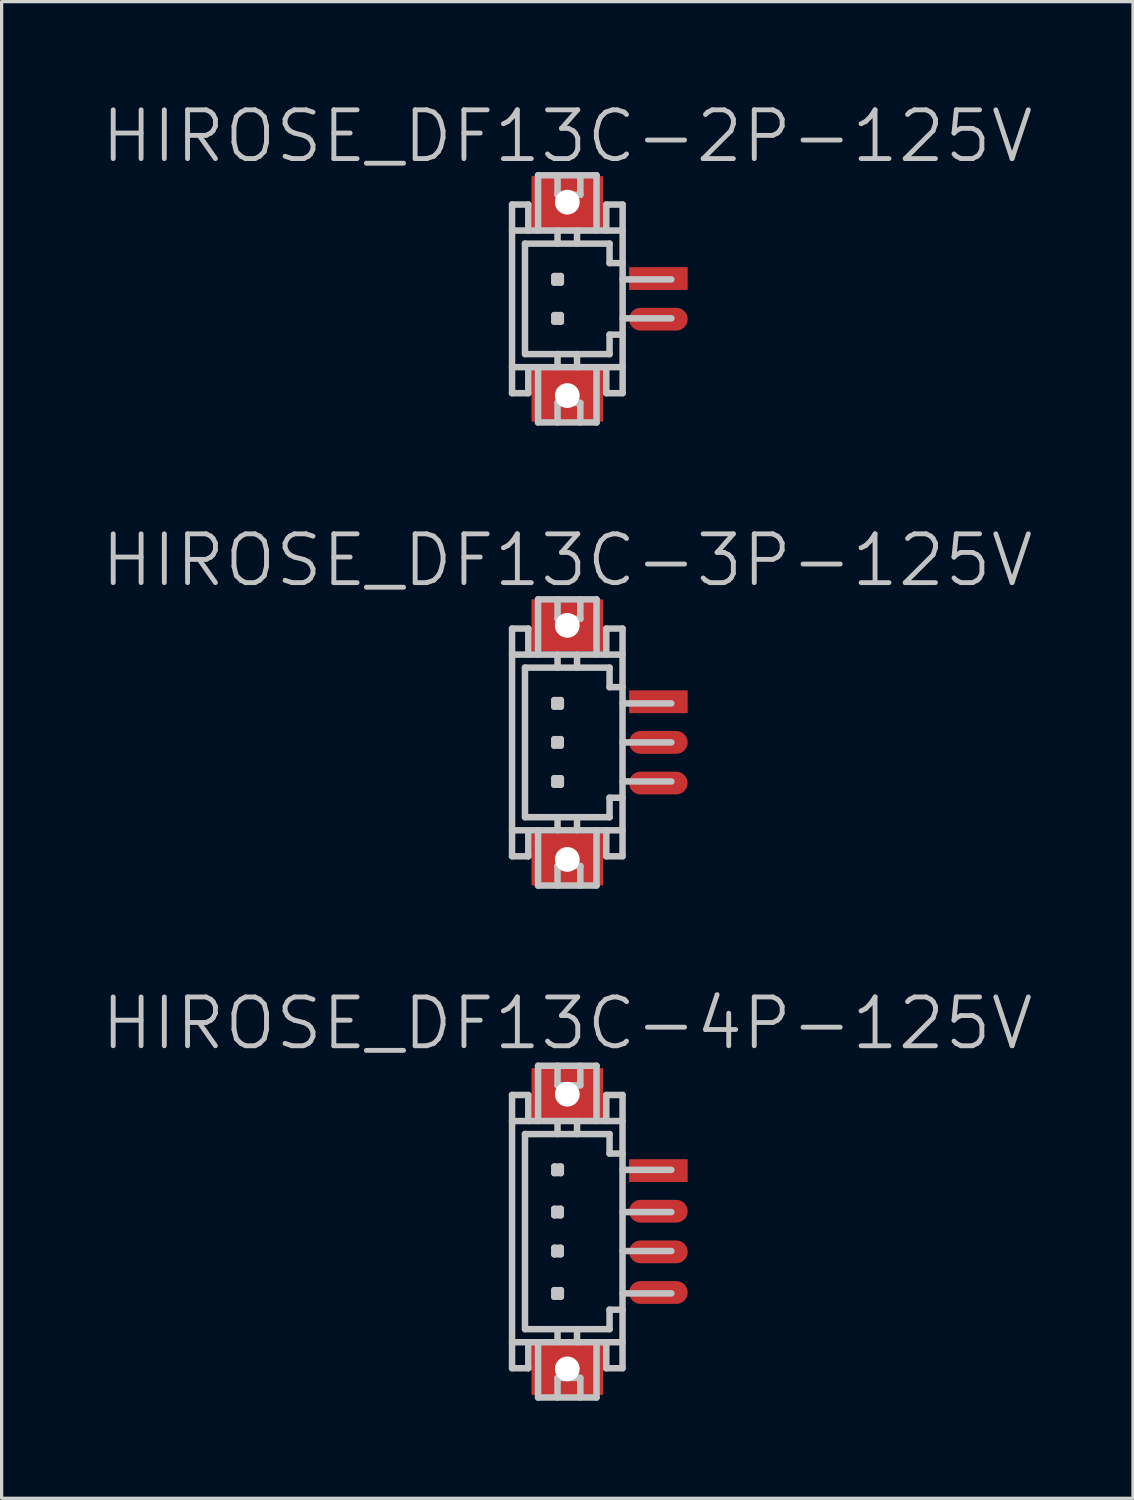
<source format=kicad_pcb>
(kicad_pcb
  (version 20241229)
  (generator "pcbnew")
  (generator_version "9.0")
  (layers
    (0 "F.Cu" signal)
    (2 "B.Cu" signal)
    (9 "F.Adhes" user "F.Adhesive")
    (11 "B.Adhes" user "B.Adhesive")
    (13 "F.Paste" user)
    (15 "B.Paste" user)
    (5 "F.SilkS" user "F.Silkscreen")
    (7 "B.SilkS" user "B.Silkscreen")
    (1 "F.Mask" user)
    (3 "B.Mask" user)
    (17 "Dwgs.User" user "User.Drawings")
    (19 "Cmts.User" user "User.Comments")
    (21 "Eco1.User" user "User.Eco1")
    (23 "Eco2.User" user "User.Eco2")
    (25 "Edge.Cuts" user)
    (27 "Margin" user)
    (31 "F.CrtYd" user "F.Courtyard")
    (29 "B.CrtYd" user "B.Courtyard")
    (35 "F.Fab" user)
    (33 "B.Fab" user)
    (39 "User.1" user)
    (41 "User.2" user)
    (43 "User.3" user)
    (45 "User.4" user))
  (footprint "HIROSE_DF13C-2P-125V"
    (layer "F.Cu")
    (at 14.396 6.141)
    (property "Reference" "HIROSE_DF13C-2P-125V" (at 0 -5 180) (layer "Dwgs.User") (effects (font (size 1.5 1.5) (thickness 0.15))))
    (attr smd)
    (fp_line (start -1.699 -2.901) (end -1.699 2.901) (stroke (width 0.2) (type solid)) (layer "Dwgs.User"))
    (fp_line (start -1.699 -2.901) (end -1.199 -2.901) (stroke (width 0.2) (type solid)) (layer "Dwgs.User"))
    (fp_line (start -1.699 2.901) (end -1.199 2.901) (stroke (width 0.2) (type solid)) (layer "Dwgs.User"))
    (fp_line (start -1.301 -1.699) (end 1.3 -1.699) (stroke (width 0.2) (type solid)) (layer "Dwgs.User"))
    (fp_line (start -1.301 1.699) (end -1.301 -1.699) (stroke (width 0.2) (type solid)) (layer "Dwgs.User"))
    (fp_line (start -1.298 1.699) (end 1.3 1.699) (stroke (width 0.2) (type solid)) (layer "Dwgs.User"))
    (fp_line (start -1.199 -2.101) (end -1.199 -2.901) (stroke (width 0.2) (type solid)) (layer "Dwgs.User"))
    (fp_line (start -1.199 2.901) (end -1.199 2.101) (stroke (width 0.2) (type solid)) (layer "Dwgs.User"))
    (fp_line (start -0.899 -3.8) (end -0.899 -2.101) (stroke (width 0.2) (type solid)) (layer "Dwgs.User"))
    (fp_line (start -0.899 -3.8) (end 0.899 -3.8) (stroke (width 0.2) (type solid)) (layer "Dwgs.User"))
    (fp_line (start -0.899 3.8) (end -0.899 2.101) (stroke (width 0.2) (type solid)) (layer "Dwgs.User"))
    (fp_line (start -0.399 -0.701) (end -0.399 -0.5) (stroke (width 0.2) (type solid)) (layer "Dwgs.User"))
    (fp_line (start -0.399 -0.5) (end -0.198 -0.5) (stroke (width 0.2) (type solid)) (layer "Dwgs.User"))
    (fp_line (start -0.399 0.5) (end -0.198 0.5) (stroke (width 0.2) (type solid)) (layer "Dwgs.User"))
    (fp_line (start -0.399 0.701) (end -0.399 0.5) (stroke (width 0.2) (type solid)) (layer "Dwgs.User"))
    (fp_line (start -0.3 -3.2) (end -0.3 -3.8) (stroke (width 0.2) (type solid)) (layer "Dwgs.User"))
    (fp_line (start -0.3 -2.101) (end -0.3 -1.699) (stroke (width 0.2) (type solid)) (layer "Dwgs.User"))
    (fp_line (start -0.3 1.697) (end -0.3 2.098) (stroke (width 0.2) (type solid)) (layer "Dwgs.User"))
    (fp_line (start -0.3 3.2) (end -0.3 3.8) (stroke (width 0.2) (type solid)) (layer "Dwgs.User"))
    (fp_line (start -0.198 -0.701) (end -0.399 -0.701) (stroke (width 0.2) (type solid)) (layer "Dwgs.User"))
    (fp_line (start -0.198 -0.5) (end -0.198 -0.701) (stroke (width 0.2) (type solid)) (layer "Dwgs.User"))
    (fp_line (start -0.198 0.5) (end -0.198 0.701) (stroke (width 0.2) (type solid)) (layer "Dwgs.User"))
    (fp_line (start -0.198 0.701) (end -0.399 0.701) (stroke (width 0.2) (type solid)) (layer "Dwgs.User"))
    (fp_line (start 0.3 -2.101) (end 0.3 -1.699) (stroke (width 0.2) (type solid)) (layer "Dwgs.User"))
    (fp_line (start 0.3 2.098) (end 0.3 1.697) (stroke (width 0.2) (type solid)) (layer "Dwgs.User"))
    (fp_line (start 0.401 -3.8) (end 0.401 -3.2) (stroke (width 0.2) (type solid)) (layer "Dwgs.User"))
    (fp_line (start 0.401 -3.2) (end -0.3 -3.2) (stroke (width 0.2) (type solid)) (layer "Dwgs.User"))
    (fp_line (start 0.401 3.198) (end -0.3 3.198) (stroke (width 0.2) (type solid)) (layer "Dwgs.User"))
    (fp_line (start 0.401 3.2) (end 0.401 3.8) (stroke (width 0.2) (type solid)) (layer "Dwgs.User"))
    (fp_line (start 0.899 -3.8) (end 0.899 -2.101) (stroke (width 0.2) (type solid)) (layer "Dwgs.User"))
    (fp_line (start 0.899 3.8) (end -0.899 3.8) (stroke (width 0.2) (type solid)) (layer "Dwgs.User"))
    (fp_line (start 0.899 3.8) (end 0.899 2.101) (stroke (width 0.2) (type solid)) (layer "Dwgs.User"))
    (fp_line (start 1.199 -2.901) (end 1.699 -2.901) (stroke (width 0.2) (type solid)) (layer "Dwgs.User"))
    (fp_line (start 1.199 -2.101) (end 1.199 -2.901) (stroke (width 0.2) (type solid)) (layer "Dwgs.User"))
    (fp_line (start 1.199 2.901) (end 1.199 2.101) (stroke (width 0.2) (type solid)) (layer "Dwgs.User"))
    (fp_line (start 1.199 2.901) (end 1.699 2.901) (stroke (width 0.2) (type solid)) (layer "Dwgs.User"))
    (fp_line (start 1.3 -1.699) (end 1.3 -1.1) (stroke (width 0.2) (type solid)) (layer "Dwgs.User"))
    (fp_line (start 1.3 1.1) (end 1.702 1.1) (stroke (width 0.2) (type solid)) (layer "Dwgs.User"))
    (fp_line (start 1.3 1.699) (end 1.3 1.1) (stroke (width 0.2) (type solid)) (layer "Dwgs.User"))
    (fp_line (start 1.699 -2.101) (end -1.699 -2.101) (stroke (width 0.2) (type solid)) (layer "Dwgs.User"))
    (fp_line (start 1.699 2.101) (end -1.699 2.101) (stroke (width 0.2) (type solid)) (layer "Dwgs.User"))
    (fp_line (start 1.702 -2.901) (end 1.702 2.901) (stroke (width 0.2) (type solid)) (layer "Dwgs.User"))
    (fp_line (start 1.702 -1.1) (end 1.3 -1.1) (stroke (width 0.2) (type solid)) (layer "Dwgs.User"))
    (fp_line (start 1.702 -0.599) (end 3.2 -0.599) (stroke (width 0.2) (type solid)) (layer "Dwgs.User"))
    (fp_line (start 1.702 0.599) (end 3.2 0.599) (stroke (width 0.2) (type solid)) (layer "Dwgs.User"))
    (pad "" np_thru_hole rect (at -0.0001 -2.974 270) (size 1.6 2.2) (drill 0.762) (layers "F.Cu" "F.Mask" "F.Paste"))
    (pad "" np_thru_hole rect (at -0.0001 2.974 270) (size 1.6 2.2) (drill 0.762) (layers "F.Cu" "F.Mask" "F.Paste"))
    (pad "1" smd rect (at 2.802 -0.625 270) (size 0.7 1.8) (layers "F.Cu" "F.Mask" "F.Paste"))
    (pad "2" smd oval (at 2.802 0.625 270) (size 0.7 1.8) (layers "F.Cu" "F.Mask" "F.Paste")))
  (footprint "HIROSE_DF13C-4P-125V"
    (layer "F.Cu")
    (at 14.396 34.824)
    (property "Reference" "HIROSE_DF13C-4P-125V" (at 0 -6.4 180) (layer "Dwgs.User") (effects (font (size 1.5 1.5) (thickness 0.15))))
    (attr smd)
    (fp_line (start -1.699 -4.199) (end -1.199 -4.199) (stroke (width 0.2) (type solid)) (layer "Dwgs.User"))
    (fp_line (start -1.699 4.201) (end -1.699 -4.201) (stroke (width 0.2) (type solid)) (layer "Dwgs.User"))
    (fp_line (start -1.699 4.204) (end -1.199 4.204) (stroke (width 0.2) (type solid)) (layer "Dwgs.User"))
    (fp_line (start -1.301 -3) (end -1.301 3) (stroke (width 0.2) (type solid)) (layer "Dwgs.User"))
    (fp_line (start -1.301 -2.997) (end 1.3 -2.997) (stroke (width 0.2) (type solid)) (layer "Dwgs.User"))
    (fp_line (start -1.298 3.002) (end 1.3 3.002) (stroke (width 0.2) (type solid)) (layer "Dwgs.User"))
    (fp_line (start -1.199 -3.399) (end -1.199 -4.199) (stroke (width 0.2) (type solid)) (layer "Dwgs.User"))
    (fp_line (start -1.199 4.204) (end -1.199 3.404) (stroke (width 0.2) (type solid)) (layer "Dwgs.User"))
    (fp_line (start -0.899 -5.098) (end -0.899 -3.399) (stroke (width 0.2) (type solid)) (layer "Dwgs.User"))
    (fp_line (start -0.899 -5.098) (end 0.899 -5.098) (stroke (width 0.2) (type solid)) (layer "Dwgs.User"))
    (fp_line (start -0.899 5.103) (end -0.899 3.404) (stroke (width 0.2) (type solid)) (layer "Dwgs.User"))
    (fp_line (start -0.399 -1.999) (end -0.399 -1.798) (stroke (width 0.2) (type solid)) (layer "Dwgs.User"))
    (fp_line (start -0.399 -1.798) (end -0.198 -1.798) (stroke (width 0.2) (type solid)) (layer "Dwgs.User"))
    (fp_line (start -0.399 -0.699) (end -0.201 -0.699) (stroke (width 0.2) (type solid)) (layer "Dwgs.User"))
    (fp_line (start -0.399 -0.5) (end -0.399 -0.699) (stroke (width 0.2) (type solid)) (layer "Dwgs.User"))
    (fp_line (start -0.399 0.5) (end -0.201 0.5) (stroke (width 0.2) (type solid)) (layer "Dwgs.User"))
    (fp_line (start -0.399 0.699) (end -0.399 0.5) (stroke (width 0.2) (type solid)) (layer "Dwgs.User"))
    (fp_line (start -0.399 1.803) (end -0.198 1.803) (stroke (width 0.2) (type solid)) (layer "Dwgs.User"))
    (fp_line (start -0.399 2.004) (end -0.399 1.803) (stroke (width 0.2) (type solid)) (layer "Dwgs.User"))
    (fp_line (start -0.3 -4.498) (end -0.3 -5.098) (stroke (width 0.2) (type solid)) (layer "Dwgs.User"))
    (fp_line (start -0.3 -3.399) (end -0.3 -2.997) (stroke (width 0.2) (type solid)) (layer "Dwgs.User"))
    (fp_line (start -0.3 3) (end -0.3 3.401) (stroke (width 0.2) (type solid)) (layer "Dwgs.User"))
    (fp_line (start -0.3 4.503) (end -0.3 5.103) (stroke (width 0.2) (type solid)) (layer "Dwgs.User"))
    (fp_line (start -0.201 -0.699) (end -0.201 -0.5) (stroke (width 0.2) (type solid)) (layer "Dwgs.User"))
    (fp_line (start -0.201 -0.5) (end -0.399 -0.5) (stroke (width 0.2) (type solid)) (layer "Dwgs.User"))
    (fp_line (start -0.201 0.5) (end -0.201 0.699) (stroke (width 0.2) (type solid)) (layer "Dwgs.User"))
    (fp_line (start -0.201 0.699) (end -0.399 0.699) (stroke (width 0.2) (type solid)) (layer "Dwgs.User"))
    (fp_line (start -0.198 -1.999) (end -0.399 -1.999) (stroke (width 0.2) (type solid)) (layer "Dwgs.User"))
    (fp_line (start -0.198 -1.798) (end -0.198 -1.999) (stroke (width 0.2) (type solid)) (layer "Dwgs.User"))
    (fp_line (start -0.198 1.803) (end -0.198 2.004) (stroke (width 0.2) (type solid)) (layer "Dwgs.User"))
    (fp_line (start -0.198 2.004) (end -0.399 2.004) (stroke (width 0.2) (type solid)) (layer "Dwgs.User"))
    (fp_line (start 0.3 -3.399) (end 0.3 -2.997) (stroke (width 0.2) (type solid)) (layer "Dwgs.User"))
    (fp_line (start 0.3 3.401) (end 0.3 3) (stroke (width 0.2) (type solid)) (layer "Dwgs.User"))
    (fp_line (start 0.401 -5.098) (end 0.401 -4.498) (stroke (width 0.2) (type solid)) (layer "Dwgs.User"))
    (fp_line (start 0.401 -4.498) (end -0.3 -4.498) (stroke (width 0.2) (type solid)) (layer "Dwgs.User"))
    (fp_line (start 0.401 4.501) (end -0.3 4.501) (stroke (width 0.2) (type solid)) (layer "Dwgs.User"))
    (fp_line (start 0.401 4.503) (end 0.401 5.103) (stroke (width 0.2) (type solid)) (layer "Dwgs.User"))
    (fp_line (start 0.899 -5.098) (end 0.899 -3.399) (stroke (width 0.2) (type solid)) (layer "Dwgs.User"))
    (fp_line (start 0.899 5.103) (end -0.899 5.103) (stroke (width 0.2) (type solid)) (layer "Dwgs.User"))
    (fp_line (start 0.899 5.103) (end 0.899 3.404) (stroke (width 0.2) (type solid)) (layer "Dwgs.User"))
    (fp_line (start 1.199 -4.199) (end 1.699 -4.199) (stroke (width 0.2) (type solid)) (layer "Dwgs.User"))
    (fp_line (start 1.199 -3.399) (end 1.199 -4.199) (stroke (width 0.2) (type solid)) (layer "Dwgs.User"))
    (fp_line (start 1.199 4.204) (end 1.199 3.404) (stroke (width 0.2) (type solid)) (layer "Dwgs.User"))
    (fp_line (start 1.199 4.204) (end 1.699 4.204) (stroke (width 0.2) (type solid)) (layer "Dwgs.User"))
    (fp_line (start 1.3 -2.997) (end 1.3 -2.398) (stroke (width 0.2) (type solid)) (layer "Dwgs.User"))
    (fp_line (start 1.3 2.403) (end 1.702 2.403) (stroke (width 0.2) (type solid)) (layer "Dwgs.User"))
    (fp_line (start 1.3 3.002) (end 1.3 2.403) (stroke (width 0.2) (type solid)) (layer "Dwgs.User"))
    (fp_line (start 1.699 -4.201) (end 1.699 4.201) (stroke (width 0.2) (type solid)) (layer "Dwgs.User"))
    (fp_line (start 1.699 -3.399) (end -1.699 -3.399) (stroke (width 0.2) (type solid)) (layer "Dwgs.User"))
    (fp_line (start 1.699 -0.599) (end 3.2 -0.599) (stroke (width 0.2) (type solid)) (layer "Dwgs.User"))
    (fp_line (start 1.699 0.599) (end 3.2 0.599) (stroke (width 0.2) (type solid)) (layer "Dwgs.User"))
    (fp_line (start 1.699 3.404) (end -1.699 3.404) (stroke (width 0.2) (type solid)) (layer "Dwgs.User"))
    (fp_line (start 1.702 -2.398) (end 1.3 -2.398) (stroke (width 0.2) (type solid)) (layer "Dwgs.User"))
    (fp_line (start 1.702 -1.897) (end 3.2 -1.897) (stroke (width 0.2) (type solid)) (layer "Dwgs.User"))
    (fp_line (start 1.702 1.902) (end 3.2 1.902) (stroke (width 0.2) (type solid)) (layer "Dwgs.User"))
    (pad "" np_thru_hole rect (at -0.0001 -4.224 270) (size 1.6 2.2) (drill 0.762) (layers "F.Cu" "F.Mask" "F.Paste"))
    (pad "" np_thru_hole rect (at -0.0001 4.224 270) (size 1.6 2.2) (drill 0.762) (layers "F.Cu" "F.Mask" "F.Paste"))
    (pad "1" smd rect (at 2.802 -1.875 270) (size 0.7 1.8) (layers "F.Cu" "F.Mask" "F.Paste"))
    (pad "2" smd oval (at 2.802 -0.625 270) (size 0.7 1.8) (layers "F.Cu" "F.Mask" "F.Paste"))
    (pad "3" smd oval (at 2.802 0.625 270) (size 0.7 1.8) (layers "F.Cu" "F.Mask" "F.Paste"))
    (pad "4" smd oval (at 2.802 1.875 270) (size 0.7 1.8) (layers "F.Cu" "F.Mask" "F.Paste")))
  (footprint "HIROSE_DF13C-3P-125V"
    (layer "F.Cu")
    (at 14.396 19.781)
    (property "Reference" "HIROSE_DF13C-3P-125V" (at 0 -5.6 180) (layer "Dwgs.User") (effects (font (size 1.5 1.5) (thickness 0.15))))
    (attr smd)
    (fp_line (start -1.699 -3.5) (end -1.699 3.5) (stroke (width 0.2) (type solid)) (layer "Dwgs.User"))
    (fp_line (start -1.699 -3.5) (end -1.199 -3.5) (stroke (width 0.2) (type solid)) (layer "Dwgs.User"))
    (fp_line (start -1.699 3.503) (end -1.199 3.503) (stroke (width 0.2) (type solid)) (layer "Dwgs.User"))
    (fp_line (start -1.301 -2.299) (end 1.3 -2.299) (stroke (width 0.2) (type solid)) (layer "Dwgs.User"))
    (fp_line (start -1.301 2.301) (end -1.301 -2.301) (stroke (width 0.2) (type solid)) (layer "Dwgs.User"))
    (fp_line (start -1.298 2.301) (end 1.3 2.301) (stroke (width 0.2) (type solid)) (layer "Dwgs.User"))
    (fp_line (start -1.199 -2.7) (end -1.199 -3.5) (stroke (width 0.2) (type solid)) (layer "Dwgs.User"))
    (fp_line (start -1.199 3.503) (end -1.199 2.703) (stroke (width 0.2) (type solid)) (layer "Dwgs.User"))
    (fp_line (start -0.899 -4.399) (end -0.899 -2.7) (stroke (width 0.2) (type solid)) (layer "Dwgs.User"))
    (fp_line (start -0.899 -4.399) (end 0.899 -4.399) (stroke (width 0.2) (type solid)) (layer "Dwgs.User"))
    (fp_line (start -0.899 4.402) (end -0.899 2.703) (stroke (width 0.2) (type solid)) (layer "Dwgs.User"))
    (fp_line (start -0.399 -1.3) (end -0.399 -1.1) (stroke (width 0.2) (type solid)) (layer "Dwgs.User"))
    (fp_line (start -0.399 -1.1) (end -0.198 -1.1) (stroke (width 0.2) (type solid)) (layer "Dwgs.User"))
    (fp_line (start -0.399 -0.099) (end -0.201 -0.099) (stroke (width 0.2) (type solid)) (layer "Dwgs.User"))
    (fp_line (start -0.399 0.099) (end -0.399 -0.099) (stroke (width 0.2) (type solid)) (layer "Dwgs.User"))
    (fp_line (start -0.399 1.102) (end -0.198 1.102) (stroke (width 0.2) (type solid)) (layer "Dwgs.User"))
    (fp_line (start -0.399 1.303) (end -0.399 1.102) (stroke (width 0.2) (type solid)) (layer "Dwgs.User"))
    (fp_line (start -0.3 -3.8) (end -0.3 -4.399) (stroke (width 0.2) (type solid)) (layer "Dwgs.User"))
    (fp_line (start -0.3 -2.7) (end -0.3 -2.299) (stroke (width 0.2) (type solid)) (layer "Dwgs.User"))
    (fp_line (start -0.3 2.299) (end -0.3 2.7) (stroke (width 0.2) (type solid)) (layer "Dwgs.User"))
    (fp_line (start -0.3 3.802) (end -0.3 4.402) (stroke (width 0.2) (type solid)) (layer "Dwgs.User"))
    (fp_line (start -0.201 -0.099) (end -0.201 0.099) (stroke (width 0.2) (type solid)) (layer "Dwgs.User"))
    (fp_line (start -0.201 0.099) (end -0.399 0.099) (stroke (width 0.2) (type solid)) (layer "Dwgs.User"))
    (fp_line (start -0.198 -1.3) (end -0.399 -1.3) (stroke (width 0.2) (type solid)) (layer "Dwgs.User"))
    (fp_line (start -0.198 -1.1) (end -0.198 -1.3) (stroke (width 0.2) (type solid)) (layer "Dwgs.User"))
    (fp_line (start -0.198 1.102) (end -0.198 1.303) (stroke (width 0.2) (type solid)) (layer "Dwgs.User"))
    (fp_line (start -0.198 1.303) (end -0.399 1.303) (stroke (width 0.2) (type solid)) (layer "Dwgs.User"))
    (fp_line (start 0.3 -2.7) (end 0.3 -2.299) (stroke (width 0.2) (type solid)) (layer "Dwgs.User"))
    (fp_line (start 0.3 2.7) (end 0.3 2.299) (stroke (width 0.2) (type solid)) (layer "Dwgs.User"))
    (fp_line (start 0.401 -4.399) (end 0.401 -3.8) (stroke (width 0.2) (type solid)) (layer "Dwgs.User"))
    (fp_line (start 0.401 -3.8) (end -0.3 -3.8) (stroke (width 0.2) (type solid)) (layer "Dwgs.User"))
    (fp_line (start 0.401 3.8) (end -0.3 3.8) (stroke (width 0.2) (type solid)) (layer "Dwgs.User"))
    (fp_line (start 0.401 3.802) (end 0.401 4.402) (stroke (width 0.2) (type solid)) (layer "Dwgs.User"))
    (fp_line (start 0.899 -4.399) (end 0.899 -2.7) (stroke (width 0.2) (type solid)) (layer "Dwgs.User"))
    (fp_line (start 0.899 4.402) (end -0.899 4.402) (stroke (width 0.2) (type solid)) (layer "Dwgs.User"))
    (fp_line (start 0.899 4.402) (end 0.899 2.703) (stroke (width 0.2) (type solid)) (layer "Dwgs.User"))
    (fp_line (start 1.199 -3.5) (end 1.699 -3.5) (stroke (width 0.2) (type solid)) (layer "Dwgs.User"))
    (fp_line (start 1.199 -2.7) (end 1.199 -3.5) (stroke (width 0.2) (type solid)) (layer "Dwgs.User"))
    (fp_line (start 1.199 3.503) (end 1.199 2.703) (stroke (width 0.2) (type solid)) (layer "Dwgs.User"))
    (fp_line (start 1.199 3.503) (end 1.699 3.503) (stroke (width 0.2) (type solid)) (layer "Dwgs.User"))
    (fp_line (start 1.3 -2.299) (end 1.3 -1.699) (stroke (width 0.2) (type solid)) (layer "Dwgs.User"))
    (fp_line (start 1.3 1.702) (end 1.702 1.702) (stroke (width 0.2) (type solid)) (layer "Dwgs.User"))
    (fp_line (start 1.3 2.301) (end 1.3 1.702) (stroke (width 0.2) (type solid)) (layer "Dwgs.User"))
    (fp_line (start 1.699 -3.5) (end 1.699 3.5) (stroke (width 0.2) (type solid)) (layer "Dwgs.User"))
    (fp_line (start 1.699 -2.7) (end -1.699 -2.7) (stroke (width 0.2) (type solid)) (layer "Dwgs.User"))
    (fp_line (start 1.699 0) (end 3.2 0) (stroke (width 0.2) (type solid)) (layer "Dwgs.User"))
    (fp_line (start 1.699 2.703) (end -1.699 2.703) (stroke (width 0.2) (type solid)) (layer "Dwgs.User"))
    (fp_line (start 1.702 -1.699) (end 1.3 -1.699) (stroke (width 0.2) (type solid)) (layer "Dwgs.User"))
    (fp_line (start 1.702 -1.199) (end 3.2 -1.199) (stroke (width 0.2) (type solid)) (layer "Dwgs.User"))
    (fp_line (start 1.702 1.201) (end 3.2 1.201) (stroke (width 0.2) (type solid)) (layer "Dwgs.User"))
    (pad "" np_thru_hole rect (at -0.0001 -3.599 270) (size 1.6 2.2) (drill 0.762) (layers "F.Cu" "F.Mask" "F.Paste"))
    (pad "" np_thru_hole rect (at -0.0001 3.599 270) (size 1.6 2.2) (drill 0.762) (layers "F.Cu" "F.Mask" "F.Paste"))
    (pad "1" smd rect (at 2.802 -1.25 270) (size 0.7 1.8) (layers "F.Cu" "F.Mask" "F.Paste"))
    (pad "2" smd oval (at 2.802 0 270) (size 0.7 1.8) (layers "F.Cu" "F.Mask" "F.Paste"))
    (pad "3" smd oval (at 2.799 1.25 270) (size 0.7 1.8) (layers "F.Cu" "F.Mask" "F.Paste")))
  (gr_rect
    (start -3 -3)
    (end 31.793 43.027)
    (stroke (width 0.1) (type default))
    (fill no)
    (layer "Edge.Cuts")))
</source>
